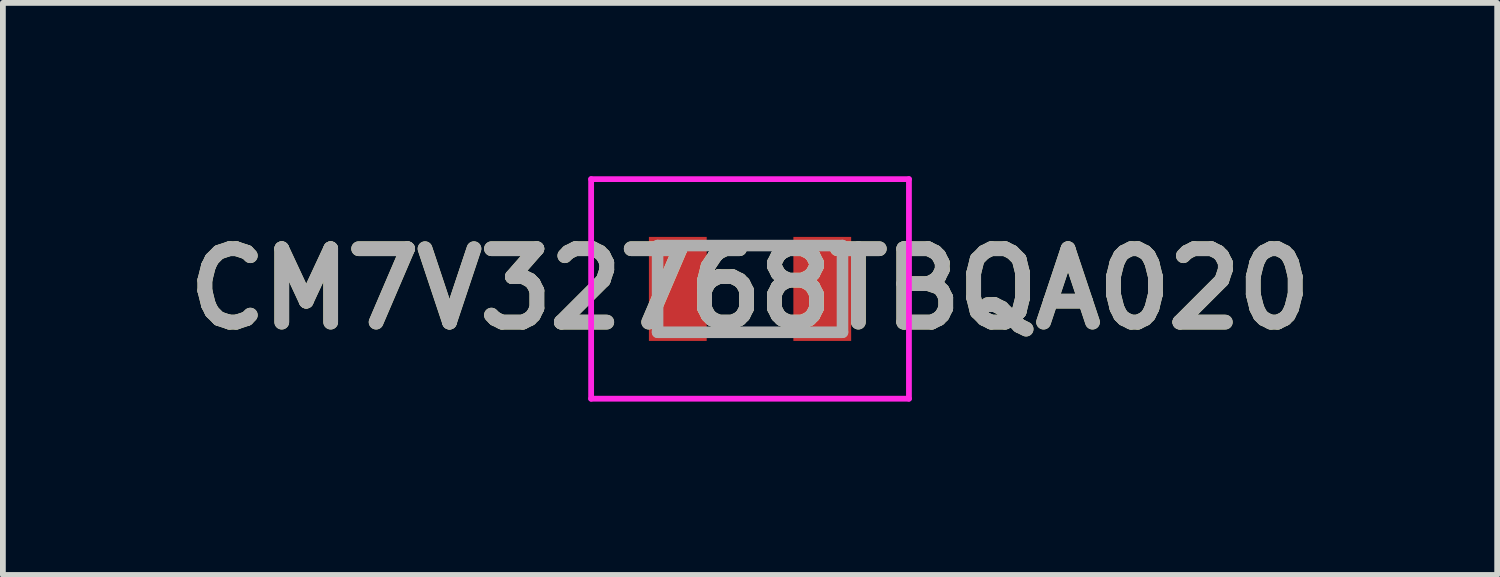
<source format=kicad_pcb>
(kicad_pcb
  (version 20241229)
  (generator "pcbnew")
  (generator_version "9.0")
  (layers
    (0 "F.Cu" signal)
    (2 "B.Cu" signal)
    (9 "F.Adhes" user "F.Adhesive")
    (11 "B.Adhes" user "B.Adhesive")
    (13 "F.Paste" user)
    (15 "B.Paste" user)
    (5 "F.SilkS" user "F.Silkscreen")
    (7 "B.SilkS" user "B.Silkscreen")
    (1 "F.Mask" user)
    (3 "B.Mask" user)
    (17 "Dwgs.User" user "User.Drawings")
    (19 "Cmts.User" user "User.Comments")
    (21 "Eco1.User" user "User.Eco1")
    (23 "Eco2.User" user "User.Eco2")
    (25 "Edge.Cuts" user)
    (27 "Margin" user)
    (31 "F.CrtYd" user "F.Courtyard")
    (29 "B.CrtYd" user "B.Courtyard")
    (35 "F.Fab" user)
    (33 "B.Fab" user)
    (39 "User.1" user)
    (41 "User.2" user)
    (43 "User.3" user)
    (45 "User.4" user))
  (footprint "CM7V32768TBQA020"
    (layer "F.Cu")
    (at 9.93 1.95)
    (property "Reference" "CM7V32768TBQA020" (at 0 0 0) (layer "F.SilkS") (effects (font (size 1.27 1.27) (thickness 0.254))))
    (attr smd)
    (fp_line (start -0.5 -0.75) (end 0.5 -0.75) (stroke (width 0.1) (type solid)) (layer "F.SilkS"))
    (fp_line (start -0.5 0.75) (end 0.5 0.75) (stroke (width 0.1) (type solid)) (layer "F.SilkS"))
    (fp_line (start -2.75 -1.9) (end 2.75 -1.9) (stroke (width 0.1) (type solid)) (layer "F.CrtYd"))
    (fp_line (start -2.75 1.9) (end -2.75 -1.9) (stroke (width 0.1) (type solid)) (layer "F.CrtYd"))
    (fp_line (start 2.75 -1.9) (end 2.75 1.9) (stroke (width 0.1) (type solid)) (layer "F.CrtYd"))
    (fp_line (start 2.75 1.9) (end -2.75 1.9) (stroke (width 0.1) (type solid)) (layer "F.CrtYd"))
    (fp_line (start -1.6 -0.75) (end 1.6 -0.75) (stroke (width 0.2) (type solid)) (layer "F.Fab"))
    (fp_line (start -1.6 0.75) (end -1.6 -0.75) (stroke (width 0.2) (type solid)) (layer "F.Fab"))
    (fp_line (start 1.6 -0.75) (end 1.6 0.75) (stroke (width 0.2) (type solid)) (layer "F.Fab"))
    (fp_line (start 1.6 0.75) (end -1.6 0.75) (stroke (width 0.2) (type solid)) (layer "F.Fab"))
    (fp_text user "${REFERENCE}" (at 0 0 0) (layer "F.Fab") (effects (font (size 1.27 1.27) (thickness 0.254))))
    (pad "1" smd rect (at -1.25 0) (size 1 1.8) (layers "F.Cu" "F.Mask" "F.Paste"))
    (pad "2" smd rect (at 1.25 0) (size 1 1.8) (layers "F.Cu" "F.Mask" "F.Paste")))
  (gr_rect
    (start -3 -3)
    (end 22.86 6.9)
    (stroke (width 0.1) (type default))
    (fill no)
    (layer "Edge.Cuts")))
</source>
